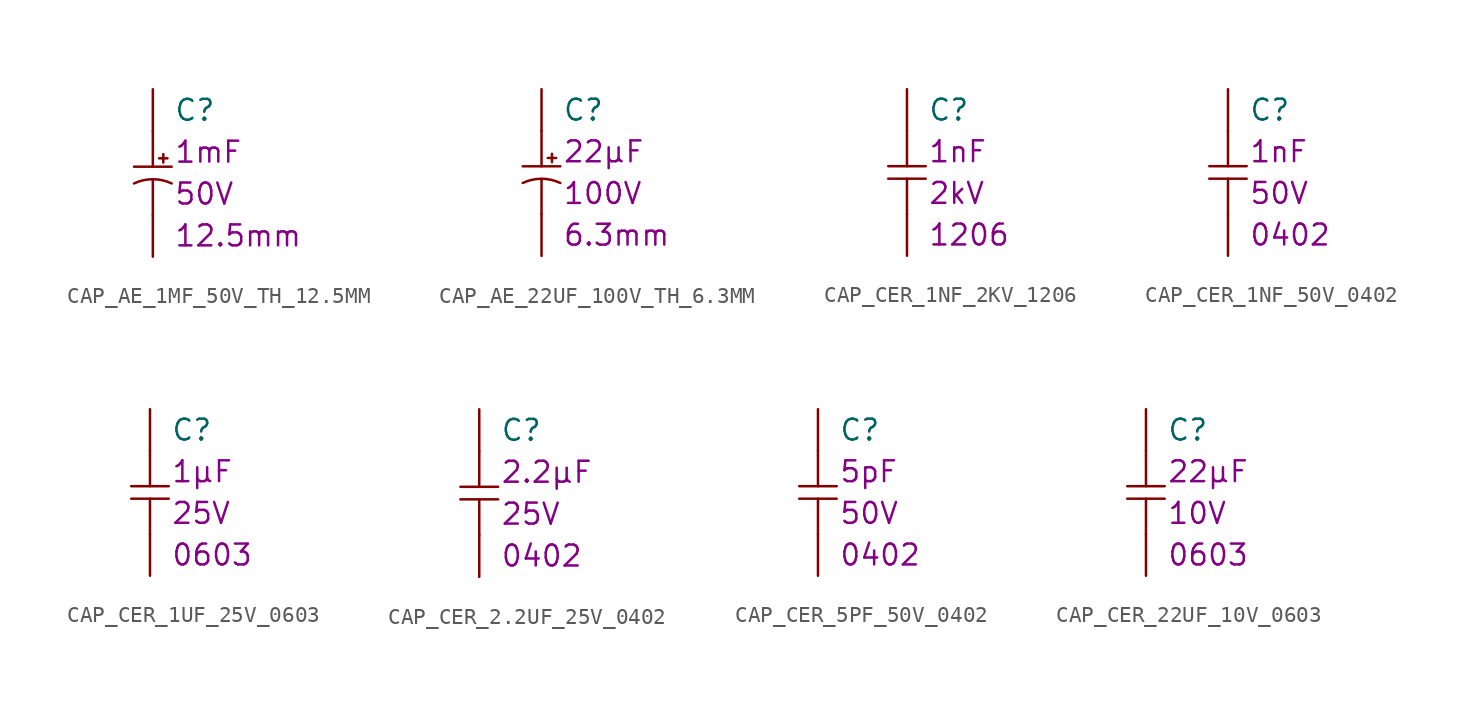
<source format=kicad_sym>
(kicad_symbol_lib
  (version 20211014)
  (generator kicad_symbol_editor)
  (symbol "CAP_AE_1MF_50V_TH_12.5MM"
    (pin_numbers hide)
    (pin_names
      (offset 1.016) hide)
    (property "Reference" "C"
      (at 1.27 3.81 0)
      (effects (font (size 1.27 1.27)) (justify left)))
    (property "Property" "1mF"
      (at 1.27 1.27 0)
      (effects (font (size 1.27 1.27)) (justify left)))
    (property "Package" "12.5mm"
      (at 1.27 -3.81 0)
      (effects (font (size 1.27 1.27)) (justify left)))
    (property "Voltage" "50V"
      (at 1.27 -1.27 0)
      (effects (font (size 1.27 1.27)) (justify left)))
    (symbol "CAP_AE_1MF_50V_TH_12.5MM_0_1"
      (polyline (pts (xy -1.143 0.381) (xy 1.143 0.381)) (stroke (width 0) (type default) (color 0 0 0 0)) (fill (type none)))
      (polyline (pts (xy 0 -2.54) (xy 0 -0.381)) (stroke (width 0) (type default) (color 0 0 0 0)) (fill (type none)))
      (polyline (pts (xy 0 2.54) (xy 0 0.381)) (stroke (width 0) (type default) (color 0 0 0 0)) (fill (type none)))
      (polyline (pts (xy 0.381 0.889) (xy 0.889 0.889)) (stroke (width 0) (type default) (color 0 0 0 0)) (fill (type none)))
      (polyline (pts (xy 0.635 0.635) (xy 0.635 1.143)) (stroke (width 0) (type default) (color 0 0 0 0)) (fill (type none)))
      (arc (start 1.143 -0.635) (mid 0 -0.378) (end -1.143 -0.635) (stroke (width 0) (type default) (color 0 0 0 0)) (fill (type none))))
    (symbol "CAP_AE_1MF_50V_TH_12.5MM_1_0"
      (pin passive line (at 0 -5.08 90) (length 2.54) (name "2" (effects (font (size 1.27 1.27)))) (number "2" (effects (font (size 1.27 1.27))))))
    (symbol "CAP_AE_1MF_50V_TH_12.5MM_1_1"
      (pin passive line (at 0 5.08 270) (length 2.54) (name "1" (effects (font (size 1.27 1.27)))) (number "1" (effects (font (size 1.27 1.27)))))))
  (symbol "CAP_AE_22UF_100V_TH_6.3MM"
    (pin_numbers hide)
    (pin_names
      (offset 1.016) hide)
    (property "Reference" "C"
      (at 1.27 3.81 0)
      (effects (font (size 1.27 1.27)) (justify left)))
    (property "Property" "22µF"
      (at 1.27 1.27 0)
      (effects (font (size 1.27 1.27)) (justify left)))
    (property "Package" "6.3mm"
      (at 1.27 -3.81 0)
      (effects (font (size 1.27 1.27)) (justify left)))
    (property "Voltage" "100V"
      (at 1.27 -1.27 0)
      (effects (font (size 1.27 1.27)) (justify left)))
    (symbol "CAP_AE_22UF_100V_TH_6.3MM_0_1"
      (polyline (pts (xy -1.143 0.381) (xy 1.143 0.381)) (stroke (width 0) (type default) (color 0 0 0 0)) (fill (type none)))
      (polyline (pts (xy 0 -2.54) (xy 0 -0.381)) (stroke (width 0) (type default) (color 0 0 0 0)) (fill (type none)))
      (polyline (pts (xy 0 2.54) (xy 0 0.381)) (stroke (width 0) (type default) (color 0 0 0 0)) (fill (type none)))
      (polyline (pts (xy 0.381 0.889) (xy 0.889 0.889)) (stroke (width 0) (type default) (color 0 0 0 0)) (fill (type none)))
      (polyline (pts (xy 0.635 0.635) (xy 0.635 1.143)) (stroke (width 0) (type default) (color 0 0 0 0)) (fill (type none)))
      (arc (start 1.143 -0.635) (mid 0 -0.378) (end -1.143 -0.635) (stroke (width 0) (type default) (color 0 0 0 0)) (fill (type none))))
    (symbol "CAP_AE_22UF_100V_TH_6.3MM_1_0"
      (pin passive line (at 0 -5.08 90) (length 2.54) (name "2" (effects (font (size 1.27 1.27)))) (number "2" (effects (font (size 1.27 1.27))))))
    (symbol "CAP_AE_22UF_100V_TH_6.3MM_1_1"
      (pin passive line (at 0 5.08 270) (length 2.54) (name "1" (effects (font (size 1.27 1.27)))) (number "1" (effects (font (size 1.27 1.27)))))))
  (symbol "CAP_CER_1NF_2KV_1206"
    (pin_numbers hide)
    (pin_names
      (offset 1.016) hide)
    (property "Reference" "C"
      (at 1.27 3.81 0)
      (effects (font (size 1.27 1.27)) (justify left)))
    (property "Property" "1nF"
      (at 1.27 1.27 0)
      (effects (font (size 1.27 1.27)) (justify left)))
    (property "Package" "1206"
      (at 1.27 -3.81 0)
      (effects (font (size 1.27 1.27)) (justify left)))
    (property "Voltage" "2kV"
      (at 1.27 -1.27 0)
      (effects (font (size 1.27 1.27)) (justify left)))
    (symbol "CAP_CER_1NF_2KV_1206_0_1"
      (polyline (pts (xy -1.143 0.381) (xy 1.143 0.381)) (stroke (width 0) (type default) (color 0 0 0 0)) (fill (type none)))
      (polyline (pts (xy 0 -2.54) (xy 0 -0.381)) (stroke (width 0) (type default) (color 0 0 0 0)) (fill (type none)))
      (polyline (pts (xy 0 2.54) (xy 0 0.381)) (stroke (width 0) (type default) (color 0 0 0 0)) (fill (type none)))
      (polyline (pts (xy 1.143 -0.381) (xy -1.143 -0.381)) (stroke (width 0) (type default) (color 0 0 0 0)) (fill (type none))))
    (symbol "CAP_CER_1NF_2KV_1206_1_0"
      (pin passive line (at 0 -5.08 90) (length 2.54) (name "2" (effects (font (size 1.27 1.27)))) (number "2" (effects (font (size 1.27 1.27))))))
    (symbol "CAP_CER_1NF_2KV_1206_1_1"
      (pin passive line (at 0 5.08 270) (length 2.54) (name "1" (effects (font (size 1.27 1.27)))) (number "1" (effects (font (size 1.27 1.27)))))))
  (symbol "CAP_CER_1NF_50V_0402"
    (pin_numbers hide)
    (pin_names
      (offset 1.016) hide)
    (property "Reference" "C"
      (at 1.27 3.81 0)
      (effects (font (size 1.27 1.27)) (justify left)))
    (property "Property" "1nF"
      (at 1.27 1.27 0)
      (effects (font (size 1.27 1.27)) (justify left)))
    (property "Package" "0402"
      (at 1.27 -3.81 0)
      (effects (font (size 1.27 1.27)) (justify left)))
    (property "Voltage" "50V"
      (at 1.27 -1.27 0)
      (effects (font (size 1.27 1.27)) (justify left)))
    (symbol "CAP_CER_1NF_50V_0402_0_1"
      (polyline (pts (xy -1.143 0.381) (xy 1.143 0.381)) (stroke (width 0) (type default) (color 0 0 0 0)) (fill (type none)))
      (polyline (pts (xy 0 -2.54) (xy 0 -0.381)) (stroke (width 0) (type default) (color 0 0 0 0)) (fill (type none)))
      (polyline (pts (xy 0 2.54) (xy 0 0.381)) (stroke (width 0) (type default) (color 0 0 0 0)) (fill (type none)))
      (polyline (pts (xy 1.143 -0.381) (xy -1.143 -0.381)) (stroke (width 0) (type default) (color 0 0 0 0)) (fill (type none))))
    (symbol "CAP_CER_1NF_50V_0402_1_0"
      (pin passive line (at 0 -5.08 90) (length 2.54) (name "2" (effects (font (size 1.27 1.27)))) (number "2" (effects (font (size 1.27 1.27))))))
    (symbol "CAP_CER_1NF_50V_0402_1_1"
      (pin passive line (at 0 5.08 270) (length 2.54) (name "1" (effects (font (size 1.27 1.27)))) (number "1" (effects (font (size 1.27 1.27)))))))
  (symbol "CAP_CER_1UF_25V_0603"
    (pin_numbers hide)
    (pin_names
      (offset 1.016) hide)
    (property "Reference" "C"
      (at 1.27 3.81 0)
      (effects (font (size 1.27 1.27)) (justify left)))
    (property "Property" "1µF"
      (at 1.27 1.27 0)
      (effects (font (size 1.27 1.27)) (justify left)))
    (property "Package" "0603"
      (at 1.27 -3.81 0)
      (effects (font (size 1.27 1.27)) (justify left)))
    (property "Voltage" "25V"
      (at 1.27 -1.27 0)
      (effects (font (size 1.27 1.27)) (justify left)))
    (symbol "CAP_CER_1UF_25V_0603_0_1"
      (polyline (pts (xy -1.143 0.381) (xy 1.143 0.381)) (stroke (width 0) (type default) (color 0 0 0 0)) (fill (type none)))
      (polyline (pts (xy 0 -2.54) (xy 0 -0.381)) (stroke (width 0) (type default) (color 0 0 0 0)) (fill (type none)))
      (polyline (pts (xy 0 2.54) (xy 0 0.381)) (stroke (width 0) (type default) (color 0 0 0 0)) (fill (type none)))
      (polyline (pts (xy 1.143 -0.381) (xy -1.143 -0.381)) (stroke (width 0) (type default) (color 0 0 0 0)) (fill (type none))))
    (symbol "CAP_CER_1UF_25V_0603_1_0"
      (pin passive line (at 0 -5.08 90) (length 2.54) (name "2" (effects (font (size 1.27 1.27)))) (number "2" (effects (font (size 1.27 1.27))))))
    (symbol "CAP_CER_1UF_25V_0603_1_1"
      (pin passive line (at 0 5.08 270) (length 2.54) (name "1" (effects (font (size 1.27 1.27)))) (number "1" (effects (font (size 1.27 1.27)))))))
  (symbol "CAP_CER_2.2UF_25V_0402"
    (pin_numbers hide)
    (pin_names
      (offset 1.016) hide)
    (property "Reference" "C"
      (at 1.27 3.81 0)
      (effects (font (size 1.27 1.27)) (justify left)))
    (property "Property" "2.2µF"
      (at 1.27 1.27 0)
      (effects (font (size 1.27 1.27)) (justify left)))
    (property "Package" "0402"
      (at 1.27 -3.81 0)
      (effects (font (size 1.27 1.27)) (justify left)))
    (property "Voltage" "25V"
      (at 1.27 -1.27 0)
      (effects (font (size 1.27 1.27)) (justify left)))
    (symbol "CAP_CER_2.2UF_25V_0402_0_1"
      (polyline (pts (xy -1.143 0.381) (xy 1.143 0.381)) (stroke (width 0) (type default) (color 0 0 0 0)) (fill (type none)))
      (polyline (pts (xy 0 -2.54) (xy 0 -0.381)) (stroke (width 0) (type default) (color 0 0 0 0)) (fill (type none)))
      (polyline (pts (xy 0 2.54) (xy 0 0.381)) (stroke (width 0) (type default) (color 0 0 0 0)) (fill (type none)))
      (polyline (pts (xy 1.143 -0.381) (xy -1.143 -0.381)) (stroke (width 0) (type default) (color 0 0 0 0)) (fill (type none))))
    (symbol "CAP_CER_2.2UF_25V_0402_1_0"
      (pin passive line (at 0 -5.08 90) (length 2.54) (name "2" (effects (font (size 1.27 1.27)))) (number "2" (effects (font (size 1.27 1.27))))))
    (symbol "CAP_CER_2.2UF_25V_0402_1_1"
      (pin passive line (at 0 5.08 270) (length 2.54) (name "1" (effects (font (size 1.27 1.27)))) (number "1" (effects (font (size 1.27 1.27)))))))
  (symbol "CAP_CER_5PF_50V_0402"
    (pin_numbers hide)
    (pin_names
      (offset 1.016) hide)
    (property "Reference" "C"
      (at 1.27 3.81 0)
      (effects (font (size 1.27 1.27)) (justify left)))
    (property "Property" "5pF"
      (at 1.27 1.27 0)
      (effects (font (size 1.27 1.27)) (justify left)))
    (property "Package" "0402"
      (at 1.27 -3.81 0)
      (effects (font (size 1.27 1.27)) (justify left)))
    (property "Voltage" "50V"
      (at 1.27 -1.27 0)
      (effects (font (size 1.27 1.27)) (justify left)))
    (symbol "CAP_CER_5PF_50V_0402_0_1"
      (polyline (pts (xy -1.143 0.381) (xy 1.143 0.381)) (stroke (width 0) (type default) (color 0 0 0 0)) (fill (type none)))
      (polyline (pts (xy 0 -2.54) (xy 0 -0.381)) (stroke (width 0) (type default) (color 0 0 0 0)) (fill (type none)))
      (polyline (pts (xy 0 2.54) (xy 0 0.381)) (stroke (width 0) (type default) (color 0 0 0 0)) (fill (type none)))
      (polyline (pts (xy 1.143 -0.381) (xy -1.143 -0.381)) (stroke (width 0) (type default) (color 0 0 0 0)) (fill (type none))))
    (symbol "CAP_CER_5PF_50V_0402_1_0"
      (pin passive line (at 0 -5.08 90) (length 2.54) (name "2" (effects (font (size 1.27 1.27)))) (number "2" (effects (font (size 1.27 1.27))))))
    (symbol "CAP_CER_5PF_50V_0402_1_1"
      (pin passive line (at 0 5.08 270) (length 2.54) (name "1" (effects (font (size 1.27 1.27)))) (number "1" (effects (font (size 1.27 1.27)))))))
  (symbol "CAP_CER_22UF_10V_0603"
    (pin_numbers hide)
    (pin_names
      (offset 1.016) hide)
    (property "Reference" "C"
      (at 1.27 3.81 0)
      (effects (font (size 1.27 1.27)) (justify left)))
    (property "Property" "22µF"
      (at 1.27 1.27 0)
      (effects (font (size 1.27 1.27)) (justify left)))
    (property "Package" "0603"
      (at 1.27 -3.81 0)
      (effects (font (size 1.27 1.27)) (justify left)))
    (property "Voltage" "10V"
      (at 1.27 -1.27 0)
      (effects (font (size 1.27 1.27)) (justify left)))
    (symbol "CAP_CER_22UF_10V_0603_0_1"
      (polyline (pts (xy -1.143 0.381) (xy 1.143 0.381)) (stroke (width 0) (type default) (color 0 0 0 0)) (fill (type none)))
      (polyline (pts (xy 0 -2.54) (xy 0 -0.381)) (stroke (width 0) (type default) (color 0 0 0 0)) (fill (type none)))
      (polyline (pts (xy 0 2.54) (xy 0 0.381)) (stroke (width 0) (type default) (color 0 0 0 0)) (fill (type none)))
      (polyline (pts (xy 1.143 -0.381) (xy -1.143 -0.381)) (stroke (width 0) (type default) (color 0 0 0 0)) (fill (type none))))
    (symbol "CAP_CER_22UF_10V_0603_1_0"
      (pin passive line (at 0 -5.08 90) (length 2.54) (name "2" (effects (font (size 1.27 1.27)))) (number "2" (effects (font (size 1.27 1.27))))))
    (symbol "CAP_CER_22UF_10V_0603_1_1"
      (pin passive line (at 0 5.08 270) (length 2.54) (name "1" (effects (font (size 1.27 1.27)))) (number "1" (effects (font (size 1.27 1.27))))))))
</source>
